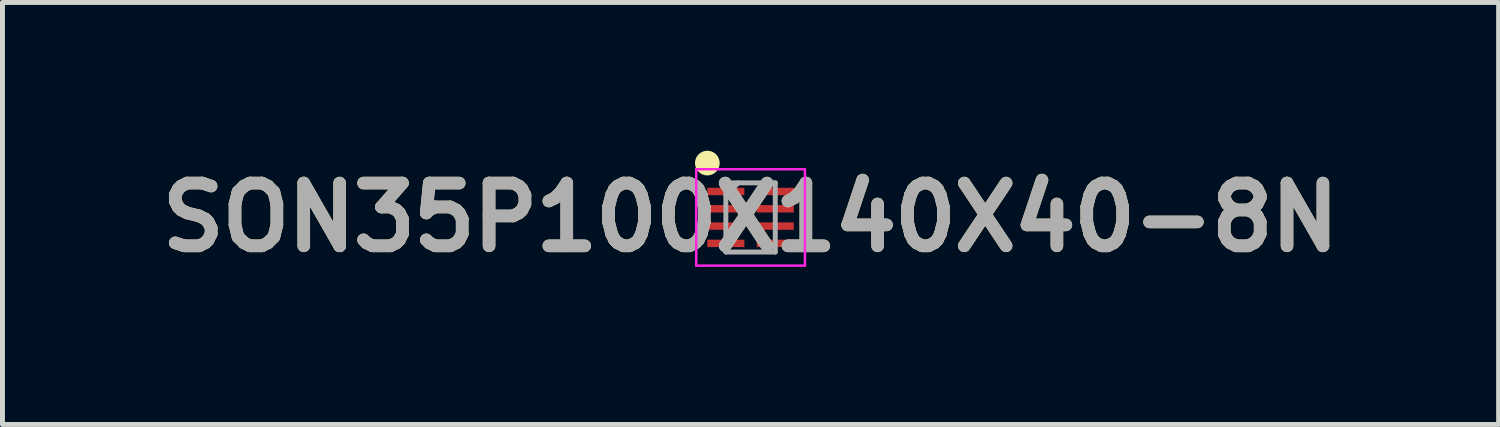
<source format=kicad_pcb>
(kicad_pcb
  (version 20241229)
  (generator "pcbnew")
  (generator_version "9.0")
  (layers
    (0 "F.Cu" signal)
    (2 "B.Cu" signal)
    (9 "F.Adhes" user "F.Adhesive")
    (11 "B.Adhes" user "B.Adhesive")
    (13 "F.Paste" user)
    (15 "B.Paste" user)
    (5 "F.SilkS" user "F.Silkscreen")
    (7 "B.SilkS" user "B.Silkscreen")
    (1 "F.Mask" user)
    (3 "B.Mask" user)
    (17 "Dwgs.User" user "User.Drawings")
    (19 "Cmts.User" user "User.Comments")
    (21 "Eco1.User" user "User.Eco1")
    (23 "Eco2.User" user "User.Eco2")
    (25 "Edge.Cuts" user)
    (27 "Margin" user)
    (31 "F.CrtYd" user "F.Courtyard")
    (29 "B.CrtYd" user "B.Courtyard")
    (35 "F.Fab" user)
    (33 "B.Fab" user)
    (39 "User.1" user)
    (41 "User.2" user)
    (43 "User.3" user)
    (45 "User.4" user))
  (footprint "SON35P100X140X40-8N"
    (layer "F.Cu")
    (at 12.138 1.35)
    (property "Reference" "SON35P100X140X40-8N" (at 0 0 0) (layer "F.SilkS") (effects (font (size 1.27 1.27) (thickness 0.254))))
    (attr smd)
    (fp_circle (center -0.875 -1.1) (end -0.875 -0.975) (stroke (width 0.25) (type solid)) (fill no) (layer "F.SilkS"))
    (fp_line (start -1.1 -0.975) (end 1.1 -0.975) (stroke (width 0.05) (type solid)) (layer "F.CrtYd"))
    (fp_line (start -1.1 0.975) (end -1.1 -0.975) (stroke (width 0.05) (type solid)) (layer "F.CrtYd"))
    (fp_line (start 1.1 -0.975) (end 1.1 0.975) (stroke (width 0.05) (type solid)) (layer "F.CrtYd"))
    (fp_line (start 1.1 0.975) (end -1.1 0.975) (stroke (width 0.05) (type solid)) (layer "F.CrtYd"))
    (fp_line (start -0.5 -0.7) (end 0.5 -0.7) (stroke (width 0.1) (type solid)) (layer "F.Fab"))
    (fp_line (start -0.5 -0.45) (end -0.25 -0.7) (stroke (width 0.1) (type solid)) (layer "F.Fab"))
    (fp_line (start -0.5 0.7) (end -0.5 -0.7) (stroke (width 0.1) (type solid)) (layer "F.Fab"))
    (fp_line (start 0.5 -0.7) (end 0.5 0.7) (stroke (width 0.1) (type solid)) (layer "F.Fab"))
    (fp_line (start 0.5 0.7) (end -0.5 0.7) (stroke (width 0.1) (type solid)) (layer "F.Fab"))
    (fp_text user "${REFERENCE}" (at 0 0 0) (layer "F.Fab") (effects (font (size 1.27 1.27) (thickness 0.254))))
    (pad "1" smd rect (at -0.5 -0.525 90) (size 0.15 0.75) (layers "F.Cu" "F.Mask" "F.Paste"))
    (pad "2" smd rect (at -0.5 -0.175 90) (size 0.15 0.75) (layers "F.Cu" "F.Mask" "F.Paste"))
    (pad "3" smd rect (at -0.5 0.175 90) (size 0.15 0.75) (layers "F.Cu" "F.Mask" "F.Paste"))
    (pad "4" smd rect (at -0.5 0.525 90) (size 0.15 0.75) (layers "F.Cu" "F.Mask" "F.Paste"))
    (pad "5" smd rect (at 0.5 0.525 90) (size 0.15 0.75) (layers "F.Cu" "F.Mask" "F.Paste"))
    (pad "6" smd rect (at 0.5 0.175 90) (size 0.15 0.75) (layers "F.Cu" "F.Mask" "F.Paste"))
    (pad "7" smd rect (at 0.5 -0.175 90) (size 0.15 0.75) (layers "F.Cu" "F.Mask" "F.Paste"))
    (pad "8" smd rect (at 0.5 -0.525 90) (size 0.15 0.75) (layers "F.Cu" "F.Mask" "F.Paste")))
  (gr_rect
    (start -3 -3)
    (end 27.275 5.539)
    (stroke (width 0.1) (type default))
    (fill no)
    (layer "Edge.Cuts")))
</source>
